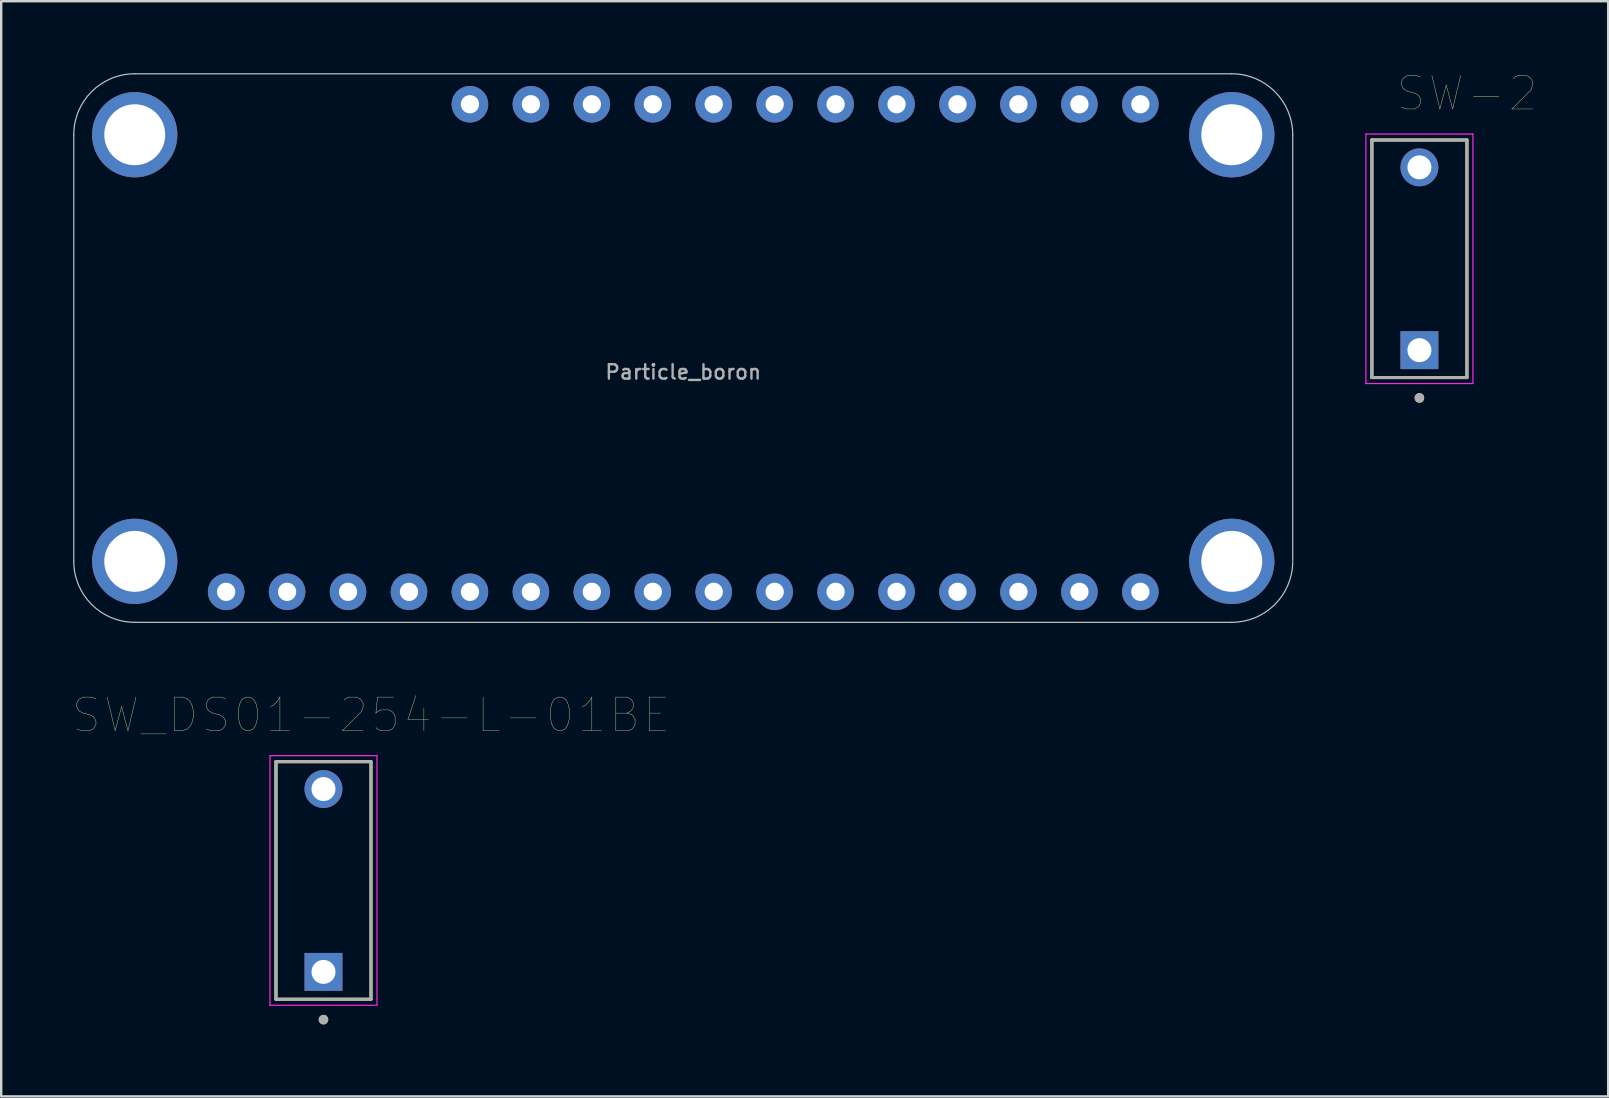
<source format=kicad_pcb>
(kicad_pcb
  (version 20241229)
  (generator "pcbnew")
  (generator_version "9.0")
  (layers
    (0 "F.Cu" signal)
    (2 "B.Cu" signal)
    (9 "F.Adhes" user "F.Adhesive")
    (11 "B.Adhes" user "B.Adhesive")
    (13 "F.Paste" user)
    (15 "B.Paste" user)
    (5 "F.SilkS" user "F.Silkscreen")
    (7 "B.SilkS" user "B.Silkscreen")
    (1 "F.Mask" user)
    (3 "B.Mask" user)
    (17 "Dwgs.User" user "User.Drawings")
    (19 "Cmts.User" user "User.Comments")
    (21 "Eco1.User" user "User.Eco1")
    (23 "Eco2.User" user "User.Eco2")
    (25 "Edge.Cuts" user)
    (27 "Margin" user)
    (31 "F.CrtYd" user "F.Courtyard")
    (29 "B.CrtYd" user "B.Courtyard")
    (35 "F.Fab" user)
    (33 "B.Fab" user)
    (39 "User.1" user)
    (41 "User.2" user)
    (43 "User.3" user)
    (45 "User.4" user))
  (footprint "SW-2"
    (layer "F.Cu")
    (at 56.105 7.734)
    (property "Reference" "SW-2" (at 1.985 -6.889 0) (layer "F.SilkS") (effects (font (size 1.4 1.4) (thickness 0.015))))
    (attr through_hole)
    (fp_line (start -1.98 -4.95) (end 1.98 -4.95) (stroke (width 0.127) (type solid)) (layer "F.SilkS"))
    (fp_line (start -1.98 4.95) (end -1.98 -4.95) (stroke (width 0.127) (type solid)) (layer "F.SilkS"))
    (fp_line (start 1.98 -4.95) (end 1.98 4.95) (stroke (width 0.127) (type solid)) (layer "F.SilkS"))
    (fp_line (start 1.98 4.95) (end -1.98 4.95) (stroke (width 0.127) (type solid)) (layer "F.SilkS"))
    (fp_circle (center 0 5.8) (end 0.1 5.8) (stroke (width 0.2) (type solid)) (fill no) (layer "F.SilkS"))
    (fp_line (start -2.23 -5.2) (end -2.23 5.2) (stroke (width 0.05) (type solid)) (layer "F.CrtYd"))
    (fp_line (start -2.23 5.2) (end 2.23 5.2) (stroke (width 0.05) (type solid)) (layer "F.CrtYd"))
    (fp_line (start 2.23 -5.2) (end -2.23 -5.2) (stroke (width 0.05) (type solid)) (layer "F.CrtYd"))
    (fp_line (start 2.23 5.2) (end 2.23 -5.2) (stroke (width 0.05) (type solid)) (layer "F.CrtYd"))
    (fp_line (start -1.98 -4.95) (end 1.98 -4.95) (stroke (width 0.127) (type solid)) (layer "F.Fab"))
    (fp_line (start -1.98 4.95) (end -1.98 -4.95) (stroke (width 0.127) (type solid)) (layer "F.Fab"))
    (fp_line (start 1.98 -4.95) (end 1.98 4.95) (stroke (width 0.127) (type solid)) (layer "F.Fab"))
    (fp_line (start 1.98 4.95) (end -1.98 4.95) (stroke (width 0.127) (type solid)) (layer "F.Fab"))
    (fp_circle (center 0 5.8) (end 0.1 5.8) (stroke (width 0.2) (type solid)) (fill no) (layer "F.Fab"))
    (pad "1A" thru_hole rect (at 0 3.81) (size 1.58 1.58) (drill 1) (layers "*.Cu" "*.Mask"))
    (pad "1B" thru_hole circle (at 0 -3.81) (size 1.58 1.58) (drill 1) (layers "*.Cu" "*.Mask")))
  (footprint "Particle_boron"
    (layer "F.Cu")
    (at 25.425 11.455)
    (property "Reference" "Particle_boron" (at 0 1 0) (layer "F.Fab") (effects (font (size 0.6 0.6) (thickness 0.1))))
    (attr through_hole)
    (fp_line (start -25.4 -8.89) (end -25.4 8.89) (stroke (width 0.05) (type solid)) (layer "Dwgs.User"))
    (fp_line (start -22.86 11.43) (end 22.86 11.43) (stroke (width 0.05) (type solid)) (layer "Dwgs.User"))
    (fp_line (start 22.86 -11.43) (end -22.86 -11.43) (stroke (width 0.05) (type solid)) (layer "Dwgs.User"))
    (fp_line (start 25.4 8.89) (end 25.4 -8.89) (stroke (width 0.05) (type solid)) (layer "Dwgs.User"))
    (fp_arc (start -25.4 -8.89) (mid -24.656051 -10.686051) (end -22.86 -11.43) (stroke (width 0.05) (type solid)) (layer "Dwgs.User"))
    (fp_arc (start -22.86 11.43) (mid -24.656051 10.686051) (end -25.4 8.89) (stroke (width 0.05) (type solid)) (layer "Dwgs.User"))
    (fp_arc (start 22.86 -11.43) (mid 24.656051 -10.686051) (end 25.4 -8.89) (stroke (width 0.05) (type solid)) (layer "Dwgs.User"))
    (fp_arc (start 25.399532 8.938762) (mid 24.638728 10.703209) (end 22.86 11.43) (stroke (width 0.05) (type solid)) (layer "Dwgs.User"))
    (pad "" np_thru_hole circle (at -22.86 -8.89) (size 3.556 3.556) (drill 2.54) (layers "*.Cu" "*.Mask"))
    (pad "" np_thru_hole circle (at -22.86 8.89) (size 3.556 3.556) (drill 2.54) (layers "*.Cu" "*.Mask"))
    (pad "" np_thru_hole circle (at 22.86 -8.89) (size 3.556 3.556) (drill 2.54) (layers "*.Cu" "*.Mask"))
    (pad "" np_thru_hole circle (at 22.86 8.89) (size 3.556 3.556) (drill 2.54) (layers "*.Cu" "*.Mask"))
    (pad "3V3" thru_hole circle (at -16.51 10.16) (size 1.524 1.524) (drill 0.762) (layers "*.Cu" "*.Mask"))
    (pad "7" thru_hole circle (at 19.05 10.16) (size 1.524 1.524) (drill 0.762) (layers "*.Cu" "*.Mask"))
    (pad "A0" thru_hole circle (at -8.89 10.16) (size 1.524 1.524) (drill 0.762) (layers "*.Cu" "*.Mask"))
    (pad "A1" thru_hole circle (at -6.35 10.16) (size 1.524 1.524) (drill 0.762) (layers "*.Cu" "*.Mask"))
    (pad "A2" thru_hole circle (at -3.81 10.16) (size 1.524 1.524) (drill 0.762) (layers "*.Cu" "*.Mask"))
    (pad "A3" thru_hole circle (at -1.27 10.16) (size 1.524 1.524) (drill 0.762) (layers "*.Cu" "*.Mask"))
    (pad "A4" thru_hole circle (at 1.27 10.16) (size 1.524 1.524) (drill 0.762) (layers "*.Cu" "*.Mask"))
    (pad "A5" thru_hole circle (at 3.81 10.16) (size 1.524 1.524) (drill 0.762) (layers "*.Cu" "*.Mask"))
    (pad "D2" thru_hole circle (at 13.97 -10.16) (size 1.524 1.524) (drill 0.762) (layers "*.Cu" "*.Mask"))
    (pad "D3" thru_hole circle (at 11.43 -10.16) (size 1.524 1.524) (drill 0.762) (layers "*.Cu" "*.Mask"))
    (pad "D4" thru_hole circle (at 8.89 -10.16) (size 1.524 1.524) (drill 0.762) (layers "*.Cu" "*.Mask"))
    (pad "D5" thru_hole circle (at 6.35 -10.16) (size 1.524 1.524) (drill 0.762) (layers "*.Cu" "*.Mask"))
    (pad "D6" thru_hole circle (at 3.81 -10.16) (size 1.524 1.524) (drill 0.762) (layers "*.Cu" "*.Mask"))
    (pad "D7" thru_hole circle (at 1.27 -10.16) (size 1.524 1.524) (drill 0.762) (layers "*.Cu" "*.Mask"))
    (pad "D8" thru_hole circle (at -1.27 -10.16) (size 1.524 1.524) (drill 0.762) (layers "*.Cu" "*.Mask"))
    (pad "EN" thru_hole circle (at -6.35 -10.16) (size 1.524 1.524) (drill 0.762) (layers "*.Cu" "*.Mask"))
    (pad "GND" thru_hole circle (at -11.43 10.16) (size 1.524 1.524) (drill 0.762) (layers "*.Cu" "*.Mask"))
    (pad "LI+" thru_hole circle (at -8.89 -10.16) (size 1.524 1.524) (drill 0.762) (layers "*.Cu" "*.Mask"))
    (pad "MD" thru_hole circle (at -13.97 10.16) (size 1.524 1.524) (drill 0.762) (layers "*.Cu" "*.Mask"))
    (pad "MI" thru_hole circle (at 11.43 10.16) (size 1.524 1.524) (drill 0.762) (layers "*.Cu" "*.Mask"))
    (pad "MO" thru_hole circle (at 8.89 10.16) (size 1.524 1.524) (drill 0.762) (layers "*.Cu" "*.Mask"))
    (pad "RESET" thru_hole circle (at -19.05 10.16) (size 1.524 1.524) (drill 0.762) (layers "*.Cu" "*.Mask"))
    (pad "RX" thru_hole circle (at 13.97 10.16) (size 1.524 1.524) (drill 0.762) (layers "*.Cu" "*.Mask"))
    (pad "SCK" thru_hole circle (at 6.35 10.16) (size 1.524 1.524) (drill 0.762) (layers "*.Cu" "*.Mask"))
    (pad "SCL" thru_hole circle (at 16.51 -10.16) (size 1.524 1.524) (drill 0.762) (layers "*.Cu" "*.Mask"))
    (pad "SDA" thru_hole circle (at 19.05 -10.16) (size 1.524 1.524) (drill 0.762) (layers "*.Cu" "*.Mask"))
    (pad "TX" thru_hole circle (at 16.51 10.16) (size 1.524 1.524) (drill 0.762) (layers "*.Cu" "*.Mask"))
    (pad "VUSB" thru_hole circle (at -3.81 -10.16) (size 1.524 1.524) (drill 0.762) (layers "*.Cu" "*.Mask")))
  (footprint "SW_DS01-254-L-01BE"
    (layer "F.Cu")
    (at 10.431 33.644)
    (property "Reference" "SW_DS01-254-L-01BE" (at 1.985 -6.889 0) (layer "F.SilkS") (effects (font (size 1.4 1.4) (thickness 0.015))))
    (attr through_hole)
    (fp_line (start -1.98 -4.95) (end 1.98 -4.95) (stroke (width 0.127) (type solid)) (layer "F.SilkS"))
    (fp_line (start -1.98 4.95) (end -1.98 -4.95) (stroke (width 0.127) (type solid)) (layer "F.SilkS"))
    (fp_line (start 1.98 -4.95) (end 1.98 4.95) (stroke (width 0.127) (type solid)) (layer "F.SilkS"))
    (fp_line (start 1.98 4.95) (end -1.98 4.95) (stroke (width 0.127) (type solid)) (layer "F.SilkS"))
    (fp_circle (center 0 5.8) (end 0.1 5.8) (stroke (width 0.2) (type solid)) (fill no) (layer "F.SilkS"))
    (fp_line (start -2.23 -5.2) (end -2.23 5.2) (stroke (width 0.05) (type solid)) (layer "F.CrtYd"))
    (fp_line (start -2.23 5.2) (end 2.23 5.2) (stroke (width 0.05) (type solid)) (layer "F.CrtYd"))
    (fp_line (start 2.23 -5.2) (end -2.23 -5.2) (stroke (width 0.05) (type solid)) (layer "F.CrtYd"))
    (fp_line (start 2.23 5.2) (end 2.23 -5.2) (stroke (width 0.05) (type solid)) (layer "F.CrtYd"))
    (fp_line (start -1.98 -4.95) (end 1.98 -4.95) (stroke (width 0.127) (type solid)) (layer "F.Fab"))
    (fp_line (start -1.98 4.95) (end -1.98 -4.95) (stroke (width 0.127) (type solid)) (layer "F.Fab"))
    (fp_line (start 1.98 -4.95) (end 1.98 4.95) (stroke (width 0.127) (type solid)) (layer "F.Fab"))
    (fp_line (start 1.98 4.95) (end -1.98 4.95) (stroke (width 0.127) (type solid)) (layer "F.Fab"))
    (fp_circle (center 0 5.8) (end 0.1 5.8) (stroke (width 0.2) (type solid)) (fill no) (layer "F.Fab"))
    (pad "1A" thru_hole rect (at 0 3.81) (size 1.58 1.58) (drill 1) (layers "*.Cu" "*.Mask"))
    (pad "1B" thru_hole circle (at 0 -3.81) (size 1.58 1.58) (drill 1) (layers "*.Cu" "*.Mask")))
  (gr_rect
    (start -3 -3)
    (end 63.972 42.644)
    (stroke (width 0.1) (type default))
    (fill no)
    (layer "Edge.Cuts")))
</source>
